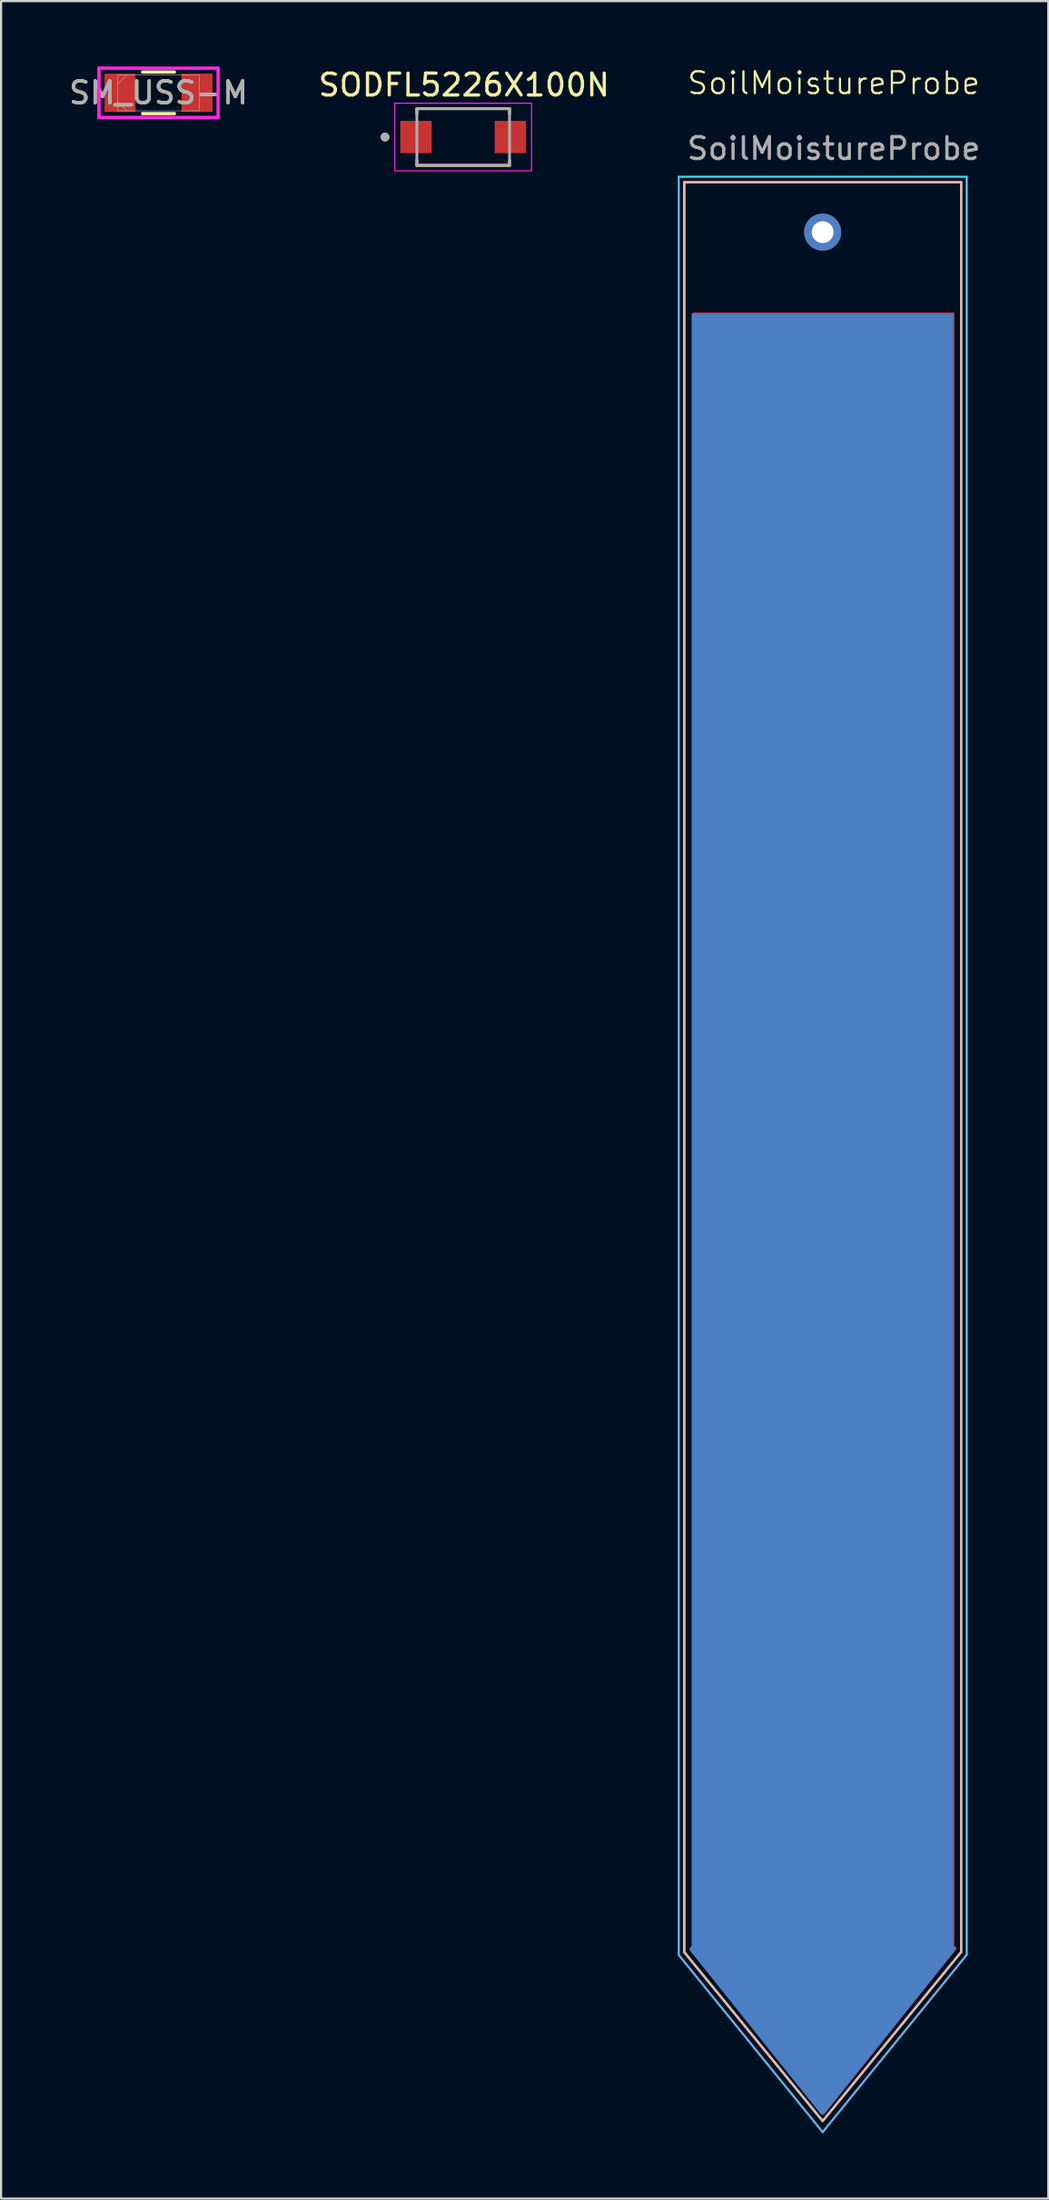
<source format=kicad_pcb>
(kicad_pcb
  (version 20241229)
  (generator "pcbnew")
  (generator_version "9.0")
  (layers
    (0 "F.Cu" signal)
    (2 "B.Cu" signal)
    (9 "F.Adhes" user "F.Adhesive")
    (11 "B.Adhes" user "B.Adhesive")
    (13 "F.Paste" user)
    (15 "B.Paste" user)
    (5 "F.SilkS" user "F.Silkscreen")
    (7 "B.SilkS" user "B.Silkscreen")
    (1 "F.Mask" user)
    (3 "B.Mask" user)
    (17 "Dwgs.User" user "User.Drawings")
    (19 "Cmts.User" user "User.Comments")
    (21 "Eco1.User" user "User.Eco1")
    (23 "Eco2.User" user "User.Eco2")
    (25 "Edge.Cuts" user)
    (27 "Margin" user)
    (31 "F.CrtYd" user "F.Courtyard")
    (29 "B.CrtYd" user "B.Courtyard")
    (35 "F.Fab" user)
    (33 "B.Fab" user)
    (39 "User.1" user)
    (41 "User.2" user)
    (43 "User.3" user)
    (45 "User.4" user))
  (footprint "SoilMoistureProbe"
    (layer "F.Cu")
    (at 34.678 45.187)
    (property "Reference" "SoilMoistureProbe" (at 0.508 -44.426 0) (unlocked yes) (layer "F.SilkS") (effects (font (size 1 1) (thickness 0.1))))
    (fp_line (start -6.35 -39.878) (end 6.35 -39.878) (stroke (width 0.1) (type default)) (layer "F.SilkS"))
    (fp_line (start -6.35 41.275) (end -6.35 -39.878) (stroke (width 0.1) (type default)) (layer "F.SilkS"))
    (fp_line (start -6.35 41.275) (end 0 49.022) (stroke (width 0.1) (type default)) (layer "F.SilkS"))
    (fp_line (start 6.35 41.275) (end 0 49.022) (stroke (width 0.1) (type default)) (layer "F.SilkS"))
    (fp_line (start 6.35 41.275) (end 6.35 -39.878) (stroke (width 0.1) (type default)) (layer "F.SilkS"))
    (fp_line (start -6.35 41.275) (end -6.35 -39.878) (stroke (width 0.1) (type default)) (layer "B.SilkS"))
    (fp_line (start -6.35 41.275) (end 0 49.022) (stroke (width 0.1) (type default)) (layer "B.SilkS"))
    (fp_line (start 6.35 -39.878) (end -6.35 -39.878) (stroke (width 0.1) (type default)) (layer "B.SilkS"))
    (fp_line (start 6.35 41.275) (end 0 49.022) (stroke (width 0.1) (type default)) (layer "B.SilkS"))
    (fp_line (start 6.35 41.275) (end 6.35 -39.878) (stroke (width 0.1) (type default)) (layer "B.SilkS"))
    (fp_line (start -6.604 -40.132) (end 6.604 -40.132) (stroke (width 0.05) (type default)) (layer "B.CrtYd"))
    (fp_line (start -6.604 41.402) (end -6.604 -40.132) (stroke (width 0.05) (type default)) (layer "B.CrtYd"))
    (fp_line (start 0 49.53) (end -6.604 41.402) (stroke (width 0.05) (type default)) (layer "B.CrtYd"))
    (fp_line (start 6.604 -40.132) (end 6.604 41.402) (stroke (width 0.05) (type default)) (layer "B.CrtYd"))
    (fp_line (start 6.604 41.402) (end 0 49.53) (stroke (width 0.05) (type default)) (layer "B.CrtYd"))
    (fp_line (start -6.604 -40.132) (end -6.604 41.402) (stroke (width 0.05) (type default)) (layer "F.CrtYd"))
    (fp_line (start -6.604 41.402) (end 0 49.53) (stroke (width 0.05) (type default)) (layer "F.CrtYd"))
    (fp_line (start 0 49.53) (end 6.604 41.402) (stroke (width 0.05) (type default)) (layer "F.CrtYd"))
    (fp_line (start 6.604 -40.132) (end -6.604 -40.132) (stroke (width 0.05) (type default)) (layer "F.CrtYd"))
    (fp_line (start 6.604 41.402) (end 6.604 -40.132) (stroke (width 0.05) (type default)) (layer "F.CrtYd"))
    (fp_line (start -6.604 -40.132) (end 6.604 -40.132) (stroke (width 0.1) (type default)) (layer "B.Fab"))
    (fp_line (start -6.604 41.402) (end -6.604 -40.132) (stroke (width 0.1) (type default)) (layer "B.Fab"))
    (fp_line (start 0 49.53) (end -6.604 41.402) (stroke (width 0.1) (type default)) (layer "B.Fab"))
    (fp_line (start 6.604 -40.132) (end 6.604 41.402) (stroke (width 0.1) (type default)) (layer "B.Fab"))
    (fp_line (start 6.604 41.402) (end 0 49.53) (stroke (width 0.1) (type default)) (layer "B.Fab"))
    (fp_line (start -6.604 -40.132) (end 6.604 -40.132) (stroke (width 0.1) (type default)) (layer "F.Fab"))
    (fp_line (start -6.604 41.402) (end -6.604 -40.132) (stroke (width 0.1) (type default)) (layer "F.Fab"))
    (fp_line (start 0 49.53) (end -6.604 41.402) (stroke (width 0.1) (type default)) (layer "F.Fab"))
    (fp_line (start 6.604 -40.132) (end 6.604 41.402) (stroke (width 0.1) (type default)) (layer "F.Fab"))
    (fp_line (start 6.604 41.402) (end 0 49.53) (stroke (width 0.1) (type default)) (layer "F.Fab"))
    (fp_text user "${REFERENCE}" (at 0.508 -41.426 0) (unlocked yes) (layer "F.Fab") (effects (font (size 1 1) (thickness 0.15))))
    (pad "2" thru_hole oval (at 0 -37.592) (size 1.7 1.7) (drill 1) (layers "*.Cu" "*.Mask"))
    (pad "3" smd custom (at 0.04 3.59) (size 12 75) (layers "F.Cu" "F.Mask") (options (anchor rect)) (primitives (gr_poly (pts (xy 6 37.5) (xy -6 37.5) (xy 0 45)) (width 0.2) (fill yes))))
    (pad "4" smd custom (at -0.01 3.64) (size 12 75) (layers "B.Cu" "B.Mask") (options (anchor rect)) (primitives (gr_poly (pts (xy 6 37.5) (xy -6 37.5) (xy 0 45)) (width 0.2) (fill yes)))))
  (footprint "SM_USS-M"
    (layer "F.Cu")
    (at 4.22 1.206)
    (property "Reference" "SM_USS-M" (at 0 0 0) (unlocked yes) (layer "F.SilkS") (effects (font (size 1 1) (thickness 0.15))))
    (attr smd)
    (fp_line (start -0.73 0.953) (end 0.73 0.953) (stroke (width 0.152) (type solid)) (layer "F.SilkS"))
    (fp_line (start 0.73 -0.953) (end -0.73 -0.953) (stroke (width 0.152) (type solid)) (layer "F.SilkS"))
    (fp_line (start -2.731 -1.13) (end 2.731 -1.13) (stroke (width 0.152) (type solid)) (layer "F.CrtYd"))
    (fp_line (start -2.731 1.13) (end -2.731 -1.13) (stroke (width 0.152) (type solid)) (layer "F.CrtYd"))
    (fp_line (start 2.731 -1.13) (end 2.731 1.13) (stroke (width 0.152) (type solid)) (layer "F.CrtYd"))
    (fp_line (start 2.731 1.13) (end -2.731 1.13) (stroke (width 0.152) (type solid)) (layer "F.CrtYd"))
    (fp_line (start -1.867 -0.826) (end -1.867 0.826) (stroke (width 0.025) (type solid)) (layer "F.Fab"))
    (fp_line (start -1.867 -0.413) (end -1.454 -0.826) (stroke (width 0.025) (type solid)) (layer "F.Fab"))
    (fp_line (start -1.867 0.413) (end -1.454 0.826) (stroke (width 0.025) (type solid)) (layer "F.Fab"))
    (fp_line (start -1.867 0.826) (end 1.867 0.826) (stroke (width 0.025) (type solid)) (layer "F.Fab"))
    (fp_line (start 1.867 -0.826) (end -1.867 -0.826) (stroke (width 0.025) (type solid)) (layer "F.Fab"))
    (fp_line (start 1.867 0.826) (end 1.867 -0.826) (stroke (width 0.025) (type solid)) (layer "F.Fab"))
    (fp_text user "${REFERENCE}" (at 0 0 0) (unlocked yes) (layer "F.Fab") (effects (font (size 1 1) (thickness 0.15))))
    (pad "1" smd rect (at -1.765 0) (size 1.422 1.753) (layers "F.Cu" "F.Mask" "F.Paste"))
    (pad "2" smd rect (at 1.765 0) (size 1.422 1.753) (layers "F.Cu" "F.Mask" "F.Paste"))
    (zone (net_name "") (layer "F.Cu") (hatch full 0.508) (connect_pads) (min_thickness 0.254) (filled_areas_thickness no) (keepout (tracks not_allowed) (vias not_allowed) (pads allowed) (copperpour not_allowed) (footprints allowed)) (placement (enabled no)) (fill) (polygon (pts (xy 3.217 0.381) (xy 5.224 0.381) (xy 5.224 2.032) (xy 3.217 2.032)))))
  (footprint "SODFL5226X100N"
    (layer "F.Cu")
    (at 18.192 3.233)
    (property "Reference" "SODFL5226X100N" (at 0.04 -2.385 0) (layer "F.SilkS") (effects (font (size 1 1) (thickness 0.15))))
    (attr smd)
    (fp_line (start -2.125 -1.3) (end 2.125 -1.3) (stroke (width 0.127) (type solid)) (layer "F.SilkS"))
    (fp_line (start -2.125 -1.06) (end -2.125 -1.3) (stroke (width 0.127) (type solid)) (layer "F.SilkS"))
    (fp_line (start -2.125 1.3) (end -2.125 1.06) (stroke (width 0.127) (type solid)) (layer "F.SilkS"))
    (fp_line (start 2.125 -1.3) (end 2.125 -1.06) (stroke (width 0.127) (type solid)) (layer "F.SilkS"))
    (fp_line (start 2.125 1.3) (end -2.125 1.3) (stroke (width 0.127) (type solid)) (layer "F.SilkS"))
    (fp_line (start 2.125 1.3) (end 2.125 1.06) (stroke (width 0.127) (type solid)) (layer "F.SilkS"))
    (fp_circle (center -3.585 0) (end -3.485 0) (stroke (width 0.2) (type solid)) (fill no) (layer "F.SilkS"))
    (fp_line (start -3.135 -1.55) (end -3.135 1.55) (stroke (width 0.05) (type solid)) (layer "F.CrtYd"))
    (fp_line (start -3.135 1.55) (end 3.135 1.55) (stroke (width 0.05) (type solid)) (layer "F.CrtYd"))
    (fp_line (start 3.135 -1.55) (end -3.135 -1.55) (stroke (width 0.05) (type solid)) (layer "F.CrtYd"))
    (fp_line (start 3.135 1.55) (end 3.135 -1.55) (stroke (width 0.05) (type solid)) (layer "F.CrtYd"))
    (fp_line (start -2.125 -1.3) (end 2.125 -1.3) (stroke (width 0.127) (type solid)) (layer "F.Fab"))
    (fp_line (start -2.125 1.3) (end -2.125 -1.3) (stroke (width 0.127) (type solid)) (layer "F.Fab"))
    (fp_line (start 2.125 -1.3) (end 2.125 1.3) (stroke (width 0.127) (type solid)) (layer "F.Fab"))
    (fp_line (start 2.125 1.3) (end -2.125 1.3) (stroke (width 0.127) (type solid)) (layer "F.Fab"))
    (fp_circle (center -3.585 0) (end -3.485 0) (stroke (width 0.2) (type solid)) (fill no) (layer "F.Fab"))
    (pad "1" smd rect (at -2.165 0) (size 1.44 1.48) (layers "F.Cu" "F.Mask" "F.Paste"))
    (pad "2" smd rect (at 2.165 0) (size 1.44 1.48) (layers "F.Cu" "F.Mask" "F.Paste")))
  (gr_rect
    (start -3 -3)
    (end 45.025 97.766)
    (stroke (width 0.1) (type default))
    (fill no)
    (layer "Edge.Cuts")))
</source>
